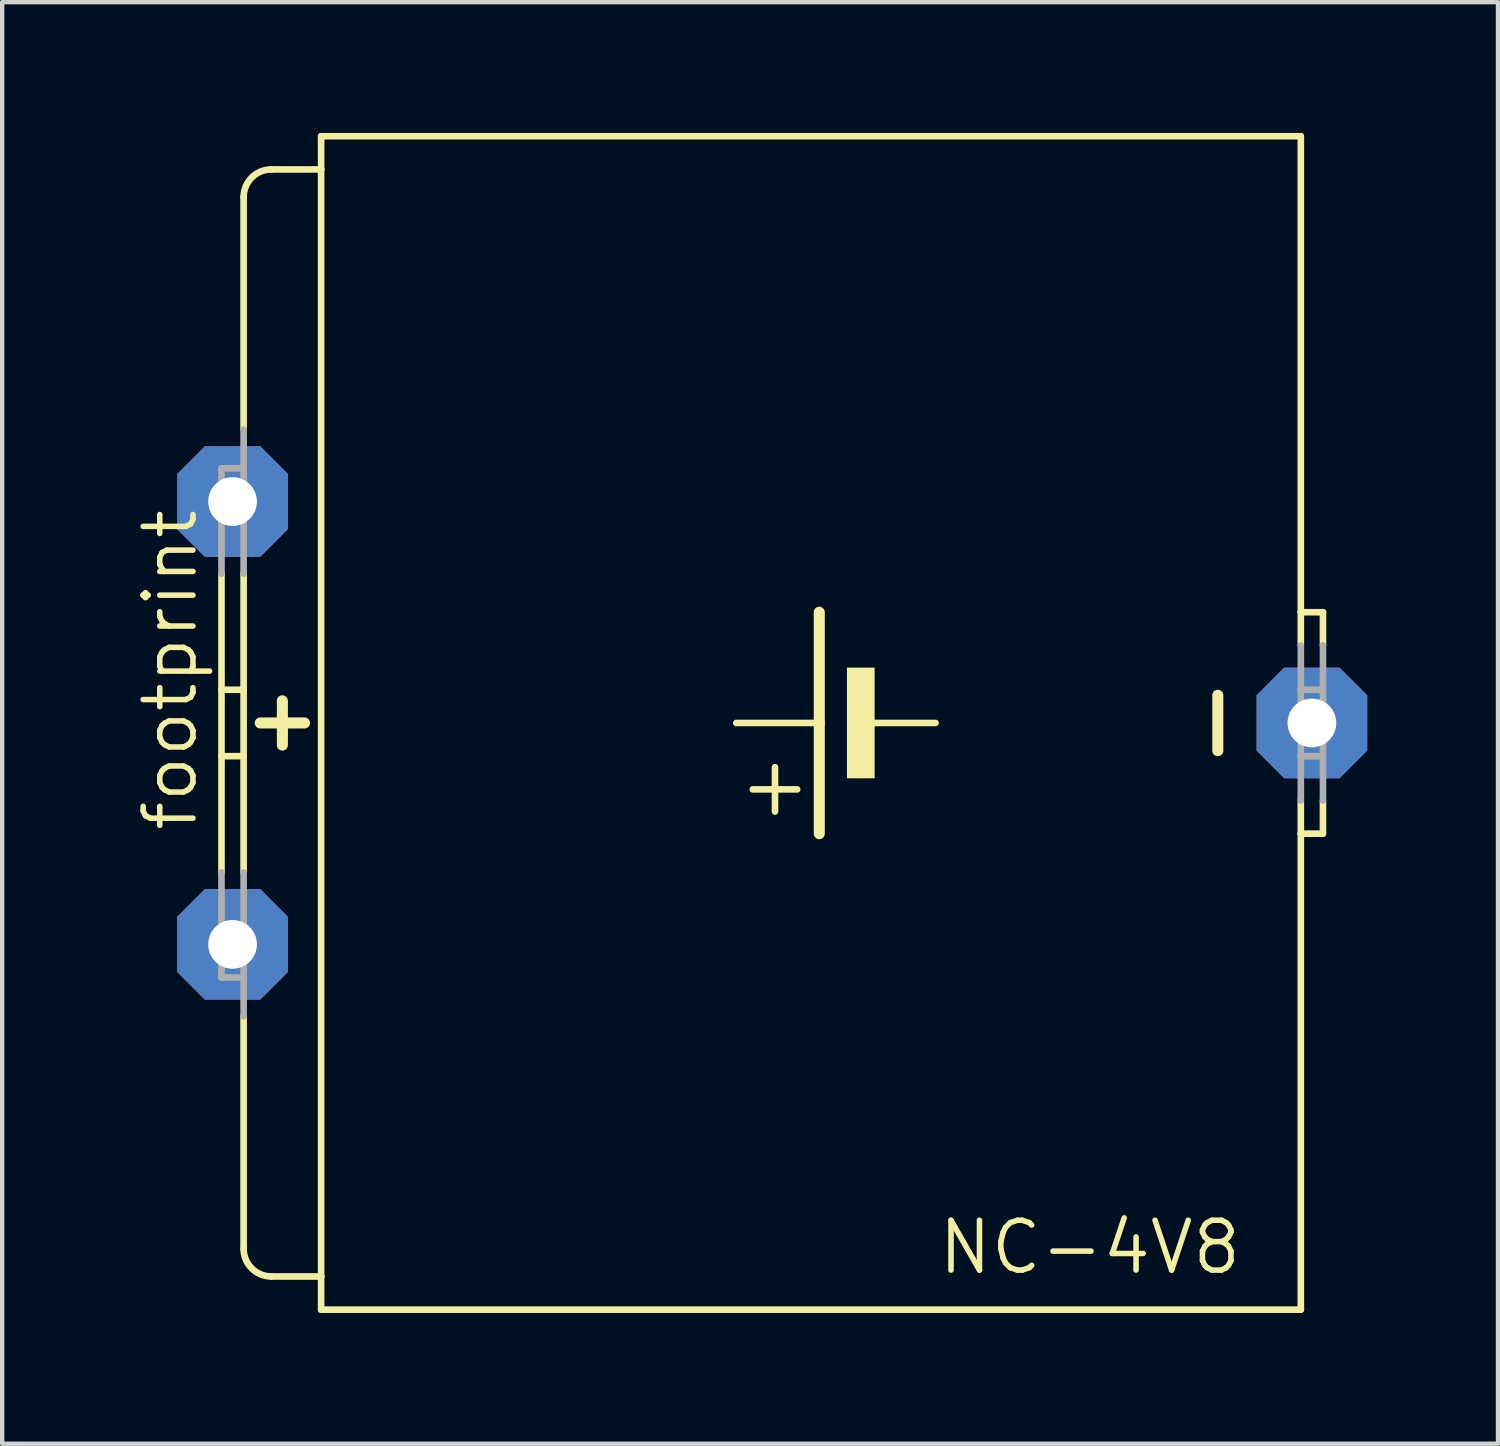
<source format=kicad_pcb>
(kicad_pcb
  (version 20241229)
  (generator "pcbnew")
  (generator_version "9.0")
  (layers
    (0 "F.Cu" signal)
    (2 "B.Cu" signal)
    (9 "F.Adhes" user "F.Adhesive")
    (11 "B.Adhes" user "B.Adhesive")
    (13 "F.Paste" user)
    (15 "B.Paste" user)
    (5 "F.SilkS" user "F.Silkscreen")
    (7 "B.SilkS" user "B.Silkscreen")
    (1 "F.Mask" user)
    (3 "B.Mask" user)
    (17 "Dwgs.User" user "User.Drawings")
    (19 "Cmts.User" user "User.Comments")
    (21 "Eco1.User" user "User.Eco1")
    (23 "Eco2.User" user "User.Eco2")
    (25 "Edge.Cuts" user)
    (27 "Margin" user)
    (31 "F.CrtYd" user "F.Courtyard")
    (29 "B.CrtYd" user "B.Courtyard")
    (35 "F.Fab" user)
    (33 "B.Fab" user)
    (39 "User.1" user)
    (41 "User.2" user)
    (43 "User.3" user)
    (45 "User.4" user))
  (footprint "footprint"
    (layer "F.Cu")
    (at 14.986 13.538)
    (property "Reference" "footprint" (at -13.462 2.54 90) (layer "F.SilkS") (effects (font (size 1.143 1.143) (thickness 0.127)) (justify left bottom)))
    (fp_line (start -12.954 -0.762) (end -12.954 -3.429) (stroke (width 0.152) (type solid)) (layer "F.SilkS"))
    (fp_line (start -12.954 0.762) (end -12.954 -0.762) (stroke (width 0.152) (type solid)) (layer "F.SilkS"))
    (fp_line (start -12.954 3.429) (end -12.954 0.762) (stroke (width 0.152) (type solid)) (layer "F.SilkS"))
    (fp_line (start -12.446 -6.731) (end -12.446 -12.065) (stroke (width 0.152) (type solid)) (layer "F.SilkS"))
    (fp_line (start -12.446 -0.762) (end -12.954 -0.762) (stroke (width 0.152) (type solid)) (layer "F.SilkS"))
    (fp_line (start -12.446 -0.762) (end -12.446 -3.429) (stroke (width 0.152) (type solid)) (layer "F.SilkS"))
    (fp_line (start -12.446 0.762) (end -12.954 0.762) (stroke (width 0.152) (type solid)) (layer "F.SilkS"))
    (fp_line (start -12.446 0.762) (end -12.446 -0.762) (stroke (width 0.152) (type solid)) (layer "F.SilkS"))
    (fp_line (start -12.446 3.429) (end -12.446 0.762) (stroke (width 0.152) (type solid)) (layer "F.SilkS"))
    (fp_line (start -12.446 12.065) (end -12.446 6.731) (stroke (width 0.152) (type solid)) (layer "F.SilkS"))
    (fp_line (start -12.065 0) (end -11.049 0) (stroke (width 0.254) (type solid)) (layer "F.SilkS"))
    (fp_line (start -11.811 12.7) (end -10.668 12.7) (stroke (width 0.152) (type solid)) (layer "F.SilkS"))
    (fp_line (start -11.557 -0.508) (end -11.557 0.508) (stroke (width 0.254) (type solid)) (layer "F.SilkS"))
    (fp_line (start -10.668 -13.462) (end -10.668 -12.7) (stroke (width 0.152) (type solid)) (layer "F.SilkS"))
    (fp_line (start -10.668 -13.462) (end 11.811 -13.462) (stroke (width 0.152) (type solid)) (layer "F.SilkS"))
    (fp_line (start -10.668 -12.7) (end -11.811 -12.7) (stroke (width 0.152) (type solid)) (layer "F.SilkS"))
    (fp_line (start -10.668 -12.7) (end -10.668 12.7) (stroke (width 0.152) (type solid)) (layer "F.SilkS"))
    (fp_line (start -10.668 12.7) (end -10.668 13.462) (stroke (width 0.152) (type solid)) (layer "F.SilkS"))
    (fp_line (start -10.668 13.462) (end 11.811 13.462) (stroke (width 0.152) (type solid)) (layer "F.SilkS"))
    (fp_line (start -0.254 2.032) (end -0.254 1.016) (stroke (width 0.152) (type solid)) (layer "F.SilkS"))
    (fp_line (start 0.254 1.524) (end -0.762 1.524) (stroke (width 0.152) (type solid)) (layer "F.SilkS"))
    (fp_line (start 0.762 0) (end -1.143 0) (stroke (width 0.152) (type solid)) (layer "F.SilkS"))
    (fp_line (start 0.762 0) (end 0.762 -2.54) (stroke (width 0.254) (type solid)) (layer "F.SilkS"))
    (fp_line (start 0.762 2.54) (end 0.762 0) (stroke (width 0.254) (type solid)) (layer "F.SilkS"))
    (fp_line (start 3.429 0) (end 2.032 0) (stroke (width 0.152) (type solid)) (layer "F.SilkS"))
    (fp_line (start 9.906 -0.635) (end 9.906 0.635) (stroke (width 0.254) (type solid)) (layer "F.SilkS"))
    (fp_line (start 11.811 -2.54) (end 11.811 -13.462) (stroke (width 0.152) (type solid)) (layer "F.SilkS"))
    (fp_line (start 11.811 -1.778) (end 11.811 -2.54) (stroke (width 0.152) (type solid)) (layer "F.SilkS"))
    (fp_line (start 11.811 2.54) (end 11.811 1.778) (stroke (width 0.152) (type solid)) (layer "F.SilkS"))
    (fp_line (start 11.811 13.462) (end 11.811 2.54) (stroke (width 0.152) (type solid)) (layer "F.SilkS"))
    (fp_line (start 12.319 -2.54) (end 11.811 -2.54) (stroke (width 0.152) (type solid)) (layer "F.SilkS"))
    (fp_line (start 12.319 -1.778) (end 12.319 -2.54) (stroke (width 0.152) (type solid)) (layer "F.SilkS"))
    (fp_line (start 12.319 1.778) (end 12.319 2.54) (stroke (width 0.152) (type solid)) (layer "F.SilkS"))
    (fp_line (start 12.319 2.54) (end 11.811 2.54) (stroke (width 0.152) (type solid)) (layer "F.SilkS"))
    (fp_arc (start -12.446 -12.065) (mid -12.260013 -12.514013) (end -11.811 -12.7) (stroke (width 0.1524) (type solid)) (layer "F.SilkS"))
    (fp_arc (start -11.811 12.7) (mid -12.260013 12.514013) (end -12.446 12.065) (stroke (width 0.1524) (type solid)) (layer "F.SilkS"))
    (fp_poly (pts (xy 1.397 1.27) (xy 2.032 1.27) (xy 2.032 -1.27) (xy 1.397 -1.27)) (stroke (width 0) (type solid)) (fill yes) (layer "F.SilkS"))
    (fp_line (start -12.954 -3.429) (end -12.954 -5.842) (stroke (width 0.152) (type solid)) (layer "F.Fab"))
    (fp_line (start -12.954 5.842) (end -12.954 3.429) (stroke (width 0.152) (type solid)) (layer "F.Fab"))
    (fp_line (start -12.446 -5.842) (end -12.954 -5.842) (stroke (width 0.152) (type solid)) (layer "F.Fab"))
    (fp_line (start -12.446 -5.842) (end -12.446 -6.731) (stroke (width 0.152) (type solid)) (layer "F.Fab"))
    (fp_line (start -12.446 -3.429) (end -12.446 -5.842) (stroke (width 0.152) (type solid)) (layer "F.Fab"))
    (fp_line (start -12.446 5.842) (end -12.954 5.842) (stroke (width 0.152) (type solid)) (layer "F.Fab"))
    (fp_line (start -12.446 5.842) (end -12.446 3.429) (stroke (width 0.152) (type solid)) (layer "F.Fab"))
    (fp_line (start -12.446 6.731) (end -12.446 5.842) (stroke (width 0.152) (type solid)) (layer "F.Fab"))
    (fp_line (start 11.811 -0.762) (end 11.811 -1.778) (stroke (width 0.152) (type solid)) (layer "F.Fab"))
    (fp_line (start 11.811 0.762) (end 11.811 -0.762) (stroke (width 0.152) (type solid)) (layer "F.Fab"))
    (fp_line (start 11.811 1.778) (end 11.811 0.762) (stroke (width 0.152) (type solid)) (layer "F.Fab"))
    (fp_line (start 12.319 -0.762) (end 11.811 -0.762) (stroke (width 0.152) (type solid)) (layer "F.Fab"))
    (fp_line (start 12.319 -0.762) (end 12.319 -1.778) (stroke (width 0.152) (type solid)) (layer "F.Fab"))
    (fp_line (start 12.319 0.762) (end 11.811 0.762) (stroke (width 0.152) (type solid)) (layer "F.Fab"))
    (fp_line (start 12.319 0.762) (end 12.319 -0.762) (stroke (width 0.152) (type solid)) (layer "F.Fab"))
    (fp_line (start 12.319 1.778) (end 12.319 0.762) (stroke (width 0.152) (type solid)) (layer "F.Fab"))
    (fp_text user "NC-4V8" (at 3.429 12.7 0) (layer "F.SilkS") (effects (font (size 1.143 1.143) (thickness 0.127)) (justify left bottom)))
    (pad "+" thru_hole roundrect (at -12.7 5.08) (size 2.54 2.54) (drill 1.118) (layers "*.Cu" "*.Mask") (roundrect_rratio 0.25) (chamfer_ratio 0.25) (chamfer top_left top_right bottom_left bottom_right))
    (pad "+@1" thru_hole roundrect (at -12.7 -5.08) (size 2.54 2.54) (drill 1.118) (layers "*.Cu" "*.Mask") (roundrect_rratio 0.25) (chamfer_ratio 0.25) (chamfer top_left top_right bottom_left bottom_right))
    (pad "-" thru_hole roundrect (at 12.065 0) (size 2.54 2.54) (drill 1.118) (layers "*.Cu" "*.Mask") (roundrect_rratio 0.25) (chamfer_ratio 0.25) (chamfer top_left top_right bottom_left bottom_right)))
  (gr_rect
    (start -3 -3)
    (end 31.321 30.076)
    (stroke (width 0.1) (type default))
    (fill no)
    (layer "Edge.Cuts")))
</source>
